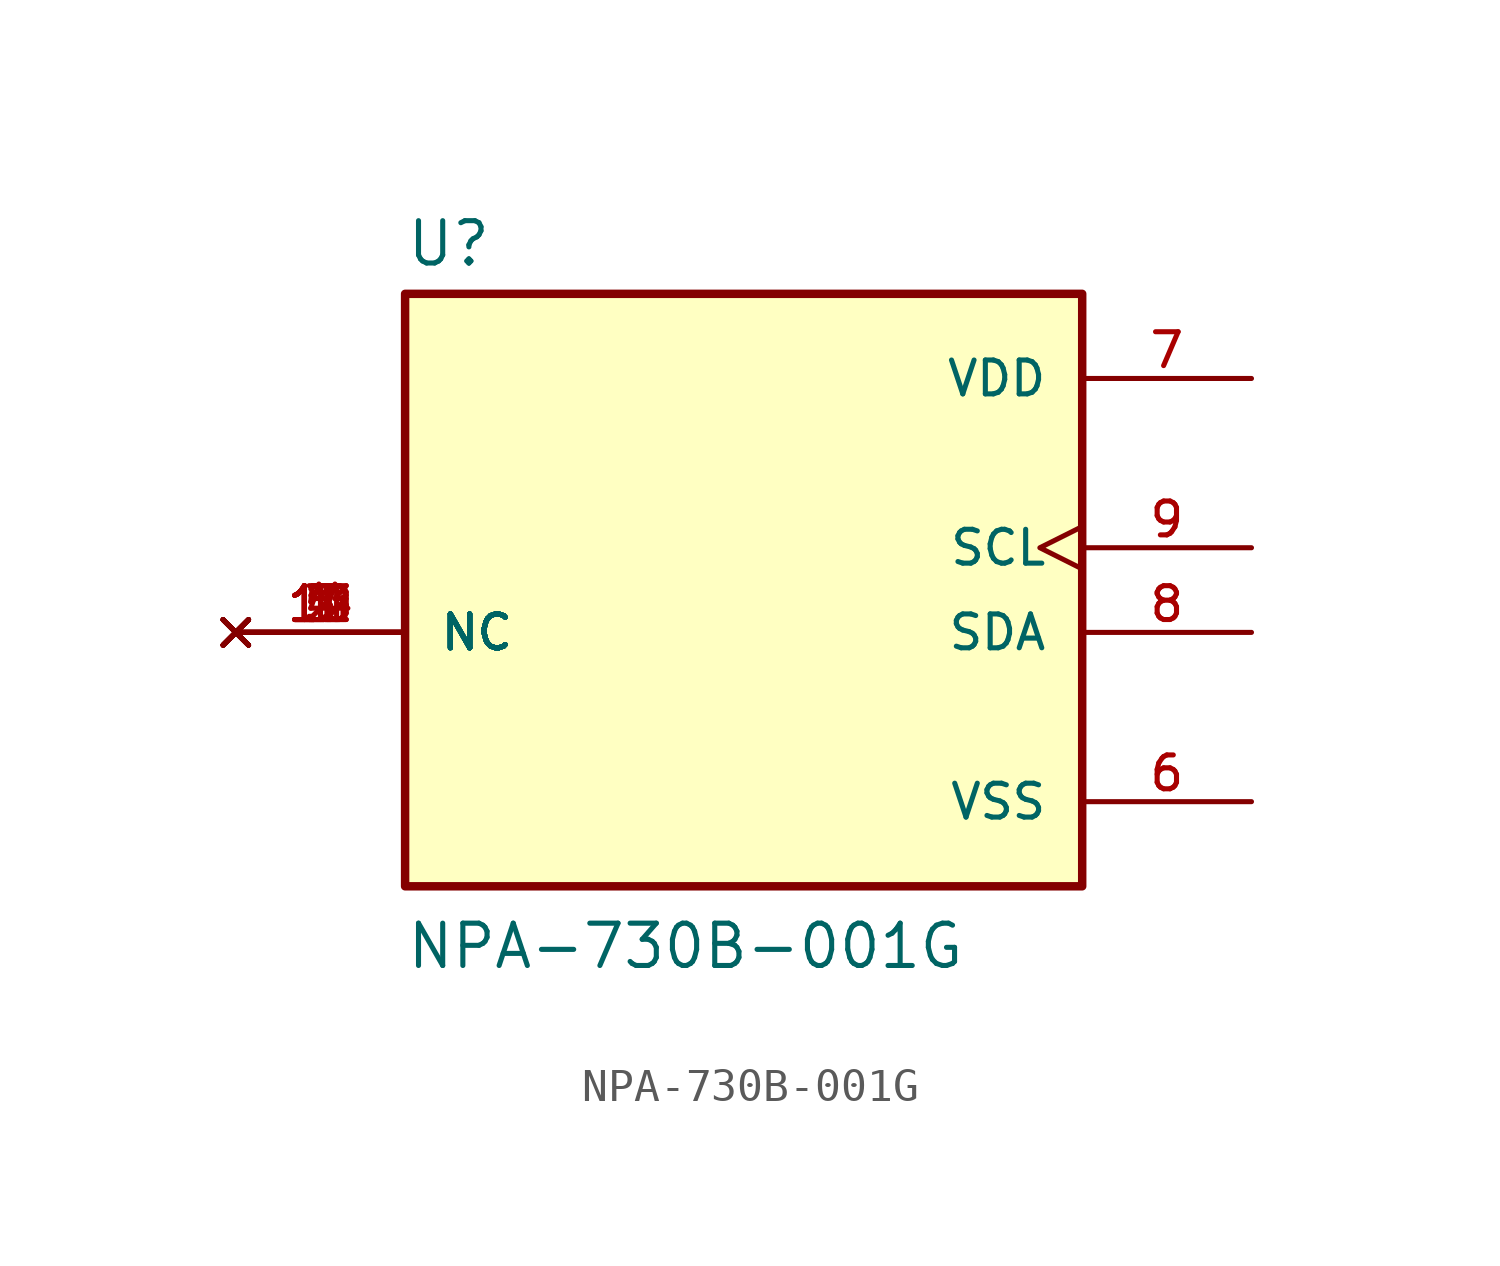
<source format=kicad_sym>
(kicad_symbol_lib
  (version 20211014)
  (generator kicad_symbol_editor)
  (symbol "NPA-730B-001G"
    (pin_names
      (offset 1.016))
    (property "Reference" "U"
      (at -10.16 10.922 0)
      (effects (font (size 1.27 1.27)) (justify bottom left)))
    (property "Value" "NPA-730B-001G"
      (at -10.16 -10.16 0)
      (effects (font (size 1.27 1.27)) (justify bottom left)))
    (symbol "NPA-730B-001G_0_0"
      (rectangle (start -10.16 -7.62) (end 10.16 10.16) (stroke (width 0.254)) (fill (type background)))
      (pin no_connect line (at -15.24 0.0 0) (length 5.08) (name "NC" (effects (font (size 1.016 1.016)))) (number "1" (effects (font (size 1.016 1.016)))))
      (pin no_connect line (at -15.24 0.0 0) (length 5.08) (name "NC" (effects (font (size 1.016 1.016)))) (number "2" (effects (font (size 1.016 1.016)))))
      (pin no_connect line (at -15.24 0.0 0) (length 5.08) (name "NC" (effects (font (size 1.016 1.016)))) (number "3" (effects (font (size 1.016 1.016)))))
      (pin no_connect line (at -15.24 0.0 0) (length 5.08) (name "NC" (effects (font (size 1.016 1.016)))) (number "4" (effects (font (size 1.016 1.016)))))
      (pin no_connect line (at -15.24 0.0 0) (length 5.08) (name "NC" (effects (font (size 1.016 1.016)))) (number "5" (effects (font (size 1.016 1.016)))))
      (pin no_connect line (at -15.24 0.0 0) (length 5.08) (name "NC" (effects (font (size 1.016 1.016)))) (number "10" (effects (font (size 1.016 1.016)))))
      (pin no_connect line (at -15.24 0.0 0) (length 5.08) (name "NC" (effects (font (size 1.016 1.016)))) (number "11" (effects (font (size 1.016 1.016)))))
      (pin no_connect line (at -15.24 0.0 0) (length 5.08) (name "NC" (effects (font (size 1.016 1.016)))) (number "12" (effects (font (size 1.016 1.016)))))
      (pin no_connect line (at -15.24 0.0 0) (length 5.08) (name "NC" (effects (font (size 1.016 1.016)))) (number "13" (effects (font (size 1.016 1.016)))))
      (pin no_connect line (at -15.24 0.0 0) (length 5.08) (name "NC" (effects (font (size 1.016 1.016)))) (number "14" (effects (font (size 1.016 1.016)))))
      (pin power_in line (at 15.24 -5.08 180.0) (length 5.08) (name "VSS" (effects (font (size 1.016 1.016)))) (number "6" (effects (font (size 1.016 1.016)))))
      (pin power_in line (at 15.24 7.62 180.0) (length 5.08) (name "VDD" (effects (font (size 1.016 1.016)))) (number "7" (effects (font (size 1.016 1.016)))))
      (pin output clock (at 15.24 2.54 180.0) (length 5.08) (name "SCL" (effects (font (size 1.016 1.016)))) (number "9" (effects (font (size 1.016 1.016)))))
      (pin bidirectional line (at 15.24 0.0 180.0) (length 5.08) (name "SDA" (effects (font (size 1.016 1.016)))) (number "8" (effects (font (size 1.016 1.016))))))))
</source>
